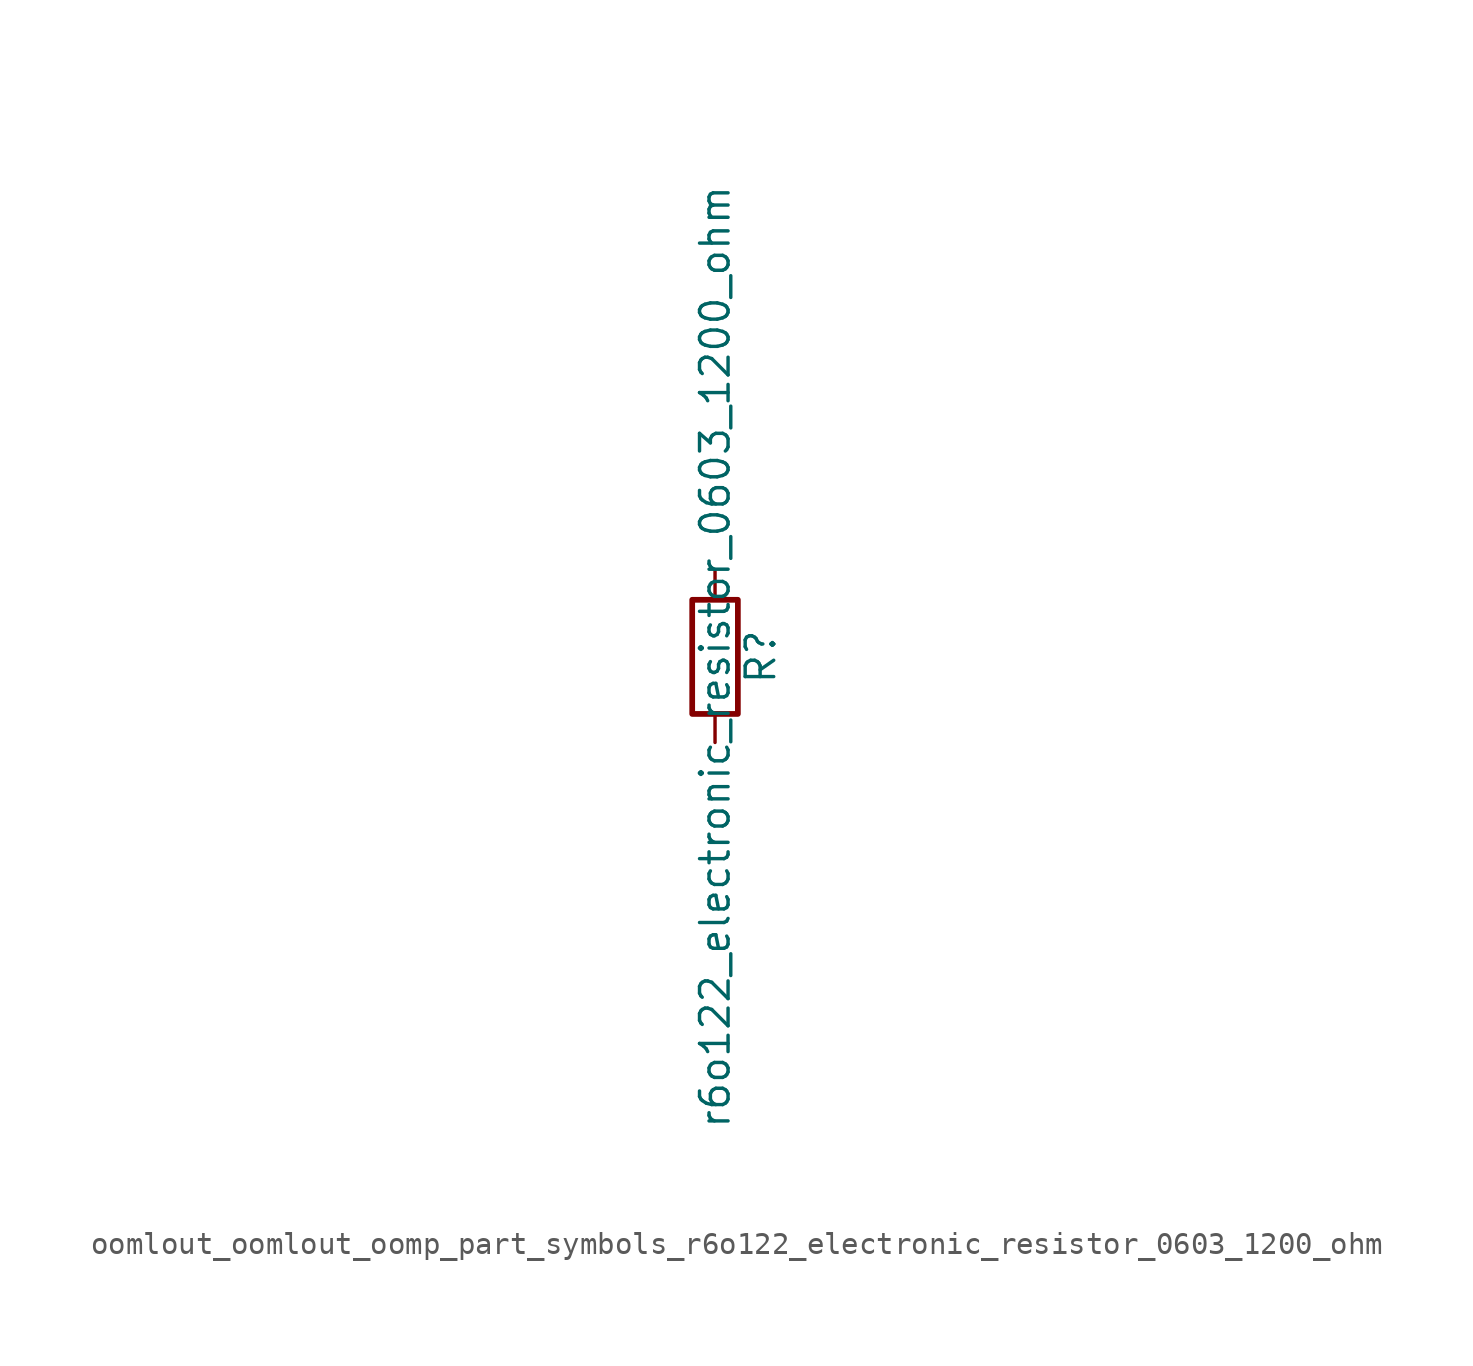
<source format=kicad_sym>
(kicad_symbol_lib
  (version 20220914)
  (generator kicad_symbol_editor)
  (symbol "oomlout_oomlout_oomp_part_symbols_r6o122_electronic_resistor_0603_1200_ohm"
    (pin_numbers hide)
    (pin_names
      (offset 0))
    (property "Reference" "R"
      (at 2.032 0 90)
      (effects (font (size 1.27 1.27))))
    (property "Value" "r6o122_electronic_resistor_0603_1200_ohm"
      (at 0 0 90)
      (effects (font (size 1.27 1.27))))
    (symbol "oomlout_oomlout_oomp_part_symbols_r6o122_electronic_resistor_0603_1200_ohm_0_1"
      (rectangle (start -1.016 -2.54) (end 1.016 2.54) (stroke (width 0.254) (type default)) (fill (type none))))
    (symbol "oomlout_oomlout_oomp_part_symbols_r6o122_electronic_resistor_0603_1200_ohm_1_1"
      (pin passive line (at 0 3.81 270) (length 1.27) (name "~" (effects (font (size 1.27 1.27)))) (number "1" (effects (font (size 1.27 1.27)))))
      (pin passive line (at 0 -3.81 90) (length 1.27) (name "~" (effects (font (size 1.27 1.27)))) (number "2" (effects (font (size 1.27 1.27))))))))
</source>
